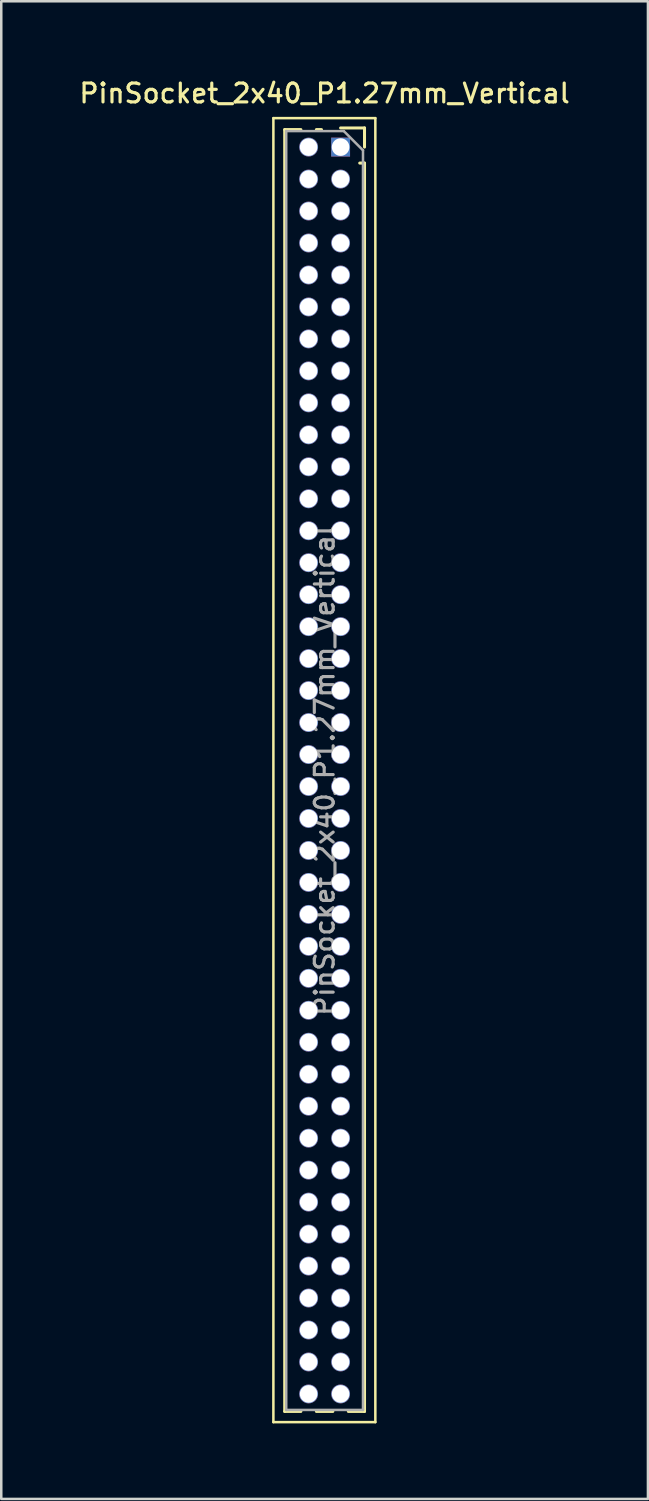
<source format=kicad_pcb>
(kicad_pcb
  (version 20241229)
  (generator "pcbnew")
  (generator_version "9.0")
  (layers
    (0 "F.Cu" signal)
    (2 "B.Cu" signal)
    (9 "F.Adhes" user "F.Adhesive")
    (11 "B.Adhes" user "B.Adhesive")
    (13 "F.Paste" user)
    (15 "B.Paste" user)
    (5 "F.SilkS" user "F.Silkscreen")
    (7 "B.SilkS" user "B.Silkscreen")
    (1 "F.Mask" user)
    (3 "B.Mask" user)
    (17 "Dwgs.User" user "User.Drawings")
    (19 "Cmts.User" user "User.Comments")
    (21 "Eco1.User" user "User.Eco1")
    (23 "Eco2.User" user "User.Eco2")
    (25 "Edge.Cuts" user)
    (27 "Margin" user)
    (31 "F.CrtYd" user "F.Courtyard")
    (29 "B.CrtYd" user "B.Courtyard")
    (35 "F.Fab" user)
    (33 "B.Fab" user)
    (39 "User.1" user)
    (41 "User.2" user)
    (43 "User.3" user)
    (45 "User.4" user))
  (footprint "PinSocket_2x40_P1.27mm_Vertical"
    (layer "F.Cu")
    (at 10.48 2.793)
    (property "Reference" "PinSocket_2x40_P1.27mm_Vertical" (at -0.635 -2.135 0) (layer "F.SilkS") (effects (font (size 0.75 0.75) (thickness 0.125))))
    (attr through_hole)
    (fp_line (start -2.67 -1.15) (end 1.38 -1.15) (stroke (width 0.1) (type solid)) (layer "F.SilkS"))
    (fp_line (start -2.67 50.65) (end -2.67 -1.15) (stroke (width 0.1) (type solid)) (layer "F.SilkS"))
    (fp_line (start -2.22 -0.695) (end -2.22 50.225) (stroke (width 0.12) (type solid)) (layer "F.SilkS"))
    (fp_line (start -2.22 -0.695) (end -1.578 -0.695) (stroke (width 0.12) (type solid)) (layer "F.SilkS"))
    (fp_line (start -2.22 50.225) (end -1.578 50.225) (stroke (width 0.12) (type solid)) (layer "F.SilkS"))
    (fp_line (start -0.962 -0.695) (end -0.76 -0.695) (stroke (width 0.12) (type solid)) (layer "F.SilkS"))
    (fp_line (start -0.962 50.225) (end -0.308 50.225) (stroke (width 0.12) (type solid)) (layer "F.SilkS"))
    (fp_line (start 0 -0.76) (end 0.95 -0.76) (stroke (width 0.12) (type solid)) (layer "F.SilkS"))
    (fp_line (start 0.308 50.225) (end 0.95 50.225) (stroke (width 0.12) (type solid)) (layer "F.SilkS"))
    (fp_line (start 0.76 0.635) (end 0.95 0.635) (stroke (width 0.12) (type solid)) (layer "F.SilkS"))
    (fp_line (start 0.95 -0.76) (end 0.95 0) (stroke (width 0.12) (type solid)) (layer "F.SilkS"))
    (fp_line (start 0.95 0.635) (end 0.95 50.225) (stroke (width 0.12) (type solid)) (layer "F.SilkS"))
    (fp_line (start 1.38 -1.15) (end 1.38 50.65) (stroke (width 0.1) (type solid)) (layer "F.SilkS"))
    (fp_line (start 1.38 50.65) (end -2.67 50.65) (stroke (width 0.1) (type solid)) (layer "F.SilkS"))
    (fp_line (start -2.16 -0.635) (end 0.128 -0.635) (stroke (width 0.1) (type solid)) (layer "F.Fab"))
    (fp_line (start -2.16 50.165) (end -2.16 -0.635) (stroke (width 0.1) (type solid)) (layer "F.Fab"))
    (fp_line (start 0.128 -0.635) (end 0.89 0.128) (stroke (width 0.1) (type solid)) (layer "F.Fab"))
    (fp_line (start 0.89 0.128) (end 0.89 50.165) (stroke (width 0.1) (type solid)) (layer "F.Fab"))
    (fp_line (start 0.89 50.165) (end -2.16 50.165) (stroke (width 0.1) (type solid)) (layer "F.Fab"))
    (fp_text user "${REFERENCE}" (at -0.635 24.765 90) (layer "F.Fab") (effects (font (size 0.75 0.75) (thickness 0.125))))
    (pad "1" thru_hole rect (at 0 0) (size 0.75 0.75) (drill 0.7) (layers "*.Cu" "*.Mask"))
    (pad "2" thru_hole oval (at -1.27 0) (size 0.75 0.75) (drill 0.7) (layers "*.Cu" "*.Mask"))
    (pad "3" thru_hole oval (at 0 1.27) (size 0.75 0.75) (drill 0.7) (layers "*.Cu" "*.Mask"))
    (pad "4" thru_hole oval (at -1.27 1.27) (size 0.75 0.75) (drill 0.7) (layers "*.Cu" "*.Mask"))
    (pad "5" thru_hole oval (at 0 2.54) (size 0.75 0.75) (drill 0.7) (layers "*.Cu" "*.Mask"))
    (pad "6" thru_hole oval (at -1.27 2.54) (size 0.75 0.75) (drill 0.7) (layers "*.Cu" "*.Mask"))
    (pad "7" thru_hole oval (at 0 3.81) (size 0.75 0.75) (drill 0.7) (layers "*.Cu" "*.Mask"))
    (pad "8" thru_hole oval (at -1.27 3.81) (size 0.75 0.75) (drill 0.7) (layers "*.Cu" "*.Mask"))
    (pad "9" thru_hole oval (at 0 5.08) (size 0.75 0.75) (drill 0.7) (layers "*.Cu" "*.Mask"))
    (pad "10" thru_hole oval (at -1.27 5.08) (size 0.75 0.75) (drill 0.7) (layers "*.Cu" "*.Mask"))
    (pad "11" thru_hole oval (at 0 6.35) (size 0.75 0.75) (drill 0.7) (layers "*.Cu" "*.Mask"))
    (pad "12" thru_hole oval (at -1.27 6.35) (size 0.75 0.75) (drill 0.7) (layers "*.Cu" "*.Mask"))
    (pad "13" thru_hole oval (at 0 7.62) (size 0.75 0.75) (drill 0.7) (layers "*.Cu" "*.Mask"))
    (pad "14" thru_hole oval (at -1.27 7.62) (size 0.75 0.75) (drill 0.7) (layers "*.Cu" "*.Mask"))
    (pad "15" thru_hole oval (at 0 8.89) (size 0.75 0.75) (drill 0.7) (layers "*.Cu" "*.Mask"))
    (pad "16" thru_hole oval (at -1.27 8.89) (size 0.75 0.75) (drill 0.7) (layers "*.Cu" "*.Mask"))
    (pad "17" thru_hole oval (at 0 10.16) (size 0.75 0.75) (drill 0.7) (layers "*.Cu" "*.Mask"))
    (pad "18" thru_hole oval (at -1.27 10.16) (size 0.75 0.75) (drill 0.7) (layers "*.Cu" "*.Mask"))
    (pad "19" thru_hole oval (at 0 11.43) (size 0.75 0.75) (drill 0.7) (layers "*.Cu" "*.Mask"))
    (pad "20" thru_hole oval (at -1.27 11.43) (size 0.75 0.75) (drill 0.7) (layers "*.Cu" "*.Mask"))
    (pad "21" thru_hole oval (at 0 12.7) (size 0.75 0.75) (drill 0.7) (layers "*.Cu" "*.Mask"))
    (pad "22" thru_hole oval (at -1.27 12.7) (size 0.75 0.75) (drill 0.7) (layers "*.Cu" "*.Mask"))
    (pad "23" thru_hole oval (at 0 13.97) (size 0.75 0.75) (drill 0.7) (layers "*.Cu" "*.Mask"))
    (pad "24" thru_hole oval (at -1.27 13.97) (size 0.75 0.75) (drill 0.7) (layers "*.Cu" "*.Mask"))
    (pad "25" thru_hole oval (at 0 15.24) (size 0.75 0.75) (drill 0.7) (layers "*.Cu" "*.Mask"))
    (pad "26" thru_hole oval (at -1.27 15.24) (size 0.75 0.75) (drill 0.7) (layers "*.Cu" "*.Mask"))
    (pad "27" thru_hole oval (at 0 16.51) (size 0.75 0.75) (drill 0.7) (layers "*.Cu" "*.Mask"))
    (pad "28" thru_hole oval (at -1.27 16.51) (size 0.75 0.75) (drill 0.7) (layers "*.Cu" "*.Mask"))
    (pad "29" thru_hole oval (at 0 17.78) (size 0.75 0.75) (drill 0.7) (layers "*.Cu" "*.Mask"))
    (pad "30" thru_hole oval (at -1.27 17.78) (size 0.75 0.75) (drill 0.7) (layers "*.Cu" "*.Mask"))
    (pad "31" thru_hole oval (at 0 19.05) (size 0.75 0.75) (drill 0.7) (layers "*.Cu" "*.Mask"))
    (pad "32" thru_hole oval (at -1.27 19.05) (size 0.75 0.75) (drill 0.7) (layers "*.Cu" "*.Mask"))
    (pad "33" thru_hole oval (at 0 20.32) (size 0.75 0.75) (drill 0.7) (layers "*.Cu" "*.Mask"))
    (pad "34" thru_hole oval (at -1.27 20.32) (size 0.75 0.75) (drill 0.7) (layers "*.Cu" "*.Mask"))
    (pad "35" thru_hole oval (at 0 21.59) (size 0.75 0.75) (drill 0.7) (layers "*.Cu" "*.Mask"))
    (pad "36" thru_hole oval (at -1.27 21.59) (size 0.75 0.75) (drill 0.7) (layers "*.Cu" "*.Mask"))
    (pad "37" thru_hole oval (at 0 22.86) (size 0.75 0.75) (drill 0.7) (layers "*.Cu" "*.Mask"))
    (pad "38" thru_hole oval (at -1.27 22.86) (size 0.75 0.75) (drill 0.7) (layers "*.Cu" "*.Mask"))
    (pad "39" thru_hole oval (at 0 24.13) (size 0.75 0.75) (drill 0.7) (layers "*.Cu" "*.Mask"))
    (pad "40" thru_hole oval (at -1.27 24.13) (size 0.75 0.75) (drill 0.7) (layers "*.Cu" "*.Mask"))
    (pad "41" thru_hole oval (at 0 25.4) (size 0.75 0.75) (drill 0.7) (layers "*.Cu" "*.Mask"))
    (pad "42" thru_hole oval (at -1.27 25.4) (size 0.75 0.75) (drill 0.7) (layers "*.Cu" "*.Mask"))
    (pad "43" thru_hole oval (at 0 26.67) (size 0.75 0.75) (drill 0.7) (layers "*.Cu" "*.Mask"))
    (pad "44" thru_hole oval (at -1.27 26.67) (size 0.75 0.75) (drill 0.7) (layers "*.Cu" "*.Mask"))
    (pad "45" thru_hole oval (at 0 27.94) (size 0.75 0.75) (drill 0.7) (layers "*.Cu" "*.Mask"))
    (pad "46" thru_hole oval (at -1.27 27.94) (size 0.75 0.75) (drill 0.7) (layers "*.Cu" "*.Mask"))
    (pad "47" thru_hole oval (at 0 29.21) (size 0.75 0.75) (drill 0.7) (layers "*.Cu" "*.Mask"))
    (pad "48" thru_hole oval (at -1.27 29.21) (size 0.75 0.75) (drill 0.7) (layers "*.Cu" "*.Mask"))
    (pad "49" thru_hole oval (at 0 30.48) (size 0.75 0.75) (drill 0.7) (layers "*.Cu" "*.Mask"))
    (pad "50" thru_hole oval (at -1.27 30.48) (size 0.75 0.75) (drill 0.7) (layers "*.Cu" "*.Mask"))
    (pad "51" thru_hole oval (at 0 31.75) (size 0.75 0.75) (drill 0.7) (layers "*.Cu" "*.Mask"))
    (pad "52" thru_hole oval (at -1.27 31.75) (size 0.75 0.75) (drill 0.7) (layers "*.Cu" "*.Mask"))
    (pad "53" thru_hole oval (at 0 33.02) (size 0.75 0.75) (drill 0.7) (layers "*.Cu" "*.Mask"))
    (pad "54" thru_hole oval (at -1.27 33.02) (size 0.75 0.75) (drill 0.7) (layers "*.Cu" "*.Mask"))
    (pad "55" thru_hole oval (at 0 34.29) (size 0.75 0.75) (drill 0.7) (layers "*.Cu" "*.Mask"))
    (pad "56" thru_hole oval (at -1.27 34.29) (size 0.75 0.75) (drill 0.7) (layers "*.Cu" "*.Mask"))
    (pad "57" thru_hole oval (at 0 35.56) (size 0.75 0.75) (drill 0.7) (layers "*.Cu" "*.Mask"))
    (pad "58" thru_hole oval (at -1.27 35.56) (size 0.75 0.75) (drill 0.7) (layers "*.Cu" "*.Mask"))
    (pad "59" thru_hole oval (at 0 36.83) (size 0.75 0.75) (drill 0.7) (layers "*.Cu" "*.Mask"))
    (pad "60" thru_hole oval (at -1.27 36.83) (size 0.75 0.75) (drill 0.7) (layers "*.Cu" "*.Mask"))
    (pad "61" thru_hole oval (at 0 38.1) (size 0.75 0.75) (drill 0.7) (layers "*.Cu" "*.Mask"))
    (pad "62" thru_hole oval (at -1.27 38.1) (size 0.75 0.75) (drill 0.7) (layers "*.Cu" "*.Mask"))
    (pad "63" thru_hole oval (at 0 39.37) (size 0.75 0.75) (drill 0.7) (layers "*.Cu" "*.Mask"))
    (pad "64" thru_hole oval (at -1.27 39.37) (size 0.75 0.75) (drill 0.7) (layers "*.Cu" "*.Mask"))
    (pad "65" thru_hole oval (at 0 40.64) (size 0.75 0.75) (drill 0.7) (layers "*.Cu" "*.Mask"))
    (pad "66" thru_hole oval (at -1.27 40.64) (size 0.75 0.75) (drill 0.7) (layers "*.Cu" "*.Mask"))
    (pad "67" thru_hole oval (at 0 41.91) (size 0.75 0.75) (drill 0.7) (layers "*.Cu" "*.Mask"))
    (pad "68" thru_hole oval (at -1.27 41.91) (size 0.75 0.75) (drill 0.7) (layers "*.Cu" "*.Mask"))
    (pad "69" thru_hole oval (at 0 43.18) (size 0.75 0.75) (drill 0.7) (layers "*.Cu" "*.Mask"))
    (pad "70" thru_hole oval (at -1.27 43.18) (size 0.75 0.75) (drill 0.7) (layers "*.Cu" "*.Mask"))
    (pad "71" thru_hole oval (at 0 44.45) (size 0.75 0.75) (drill 0.7) (layers "*.Cu" "*.Mask"))
    (pad "72" thru_hole oval (at -1.27 44.45) (size 0.75 0.75) (drill 0.7) (layers "*.Cu" "*.Mask"))
    (pad "73" thru_hole oval (at 0 45.72) (size 0.75 0.75) (drill 0.7) (layers "*.Cu" "*.Mask"))
    (pad "74" thru_hole oval (at -1.27 45.72) (size 0.75 0.75) (drill 0.7) (layers "*.Cu" "*.Mask"))
    (pad "75" thru_hole oval (at 0 46.99) (size 0.75 0.75) (drill 0.7) (layers "*.Cu" "*.Mask"))
    (pad "76" thru_hole oval (at -1.27 46.99) (size 0.75 0.75) (drill 0.7) (layers "*.Cu" "*.Mask"))
    (pad "77" thru_hole oval (at 0 48.26) (size 0.75 0.75) (drill 0.7) (layers "*.Cu" "*.Mask"))
    (pad "78" thru_hole oval (at -1.27 48.26) (size 0.75 0.75) (drill 0.7) (layers "*.Cu" "*.Mask"))
    (pad "79" thru_hole oval (at 0 49.53) (size 0.75 0.75) (drill 0.7) (layers "*.Cu" "*.Mask"))
    (pad "80" thru_hole oval (at -1.27 49.53) (size 0.75 0.75) (drill 0.7) (layers "*.Cu" "*.Mask")))
  (gr_rect
    (start -3 -3)
    (end 22.689 56.493)
    (stroke (width 0.1) (type default))
    (fill no)
    (layer "Edge.Cuts")))
</source>
